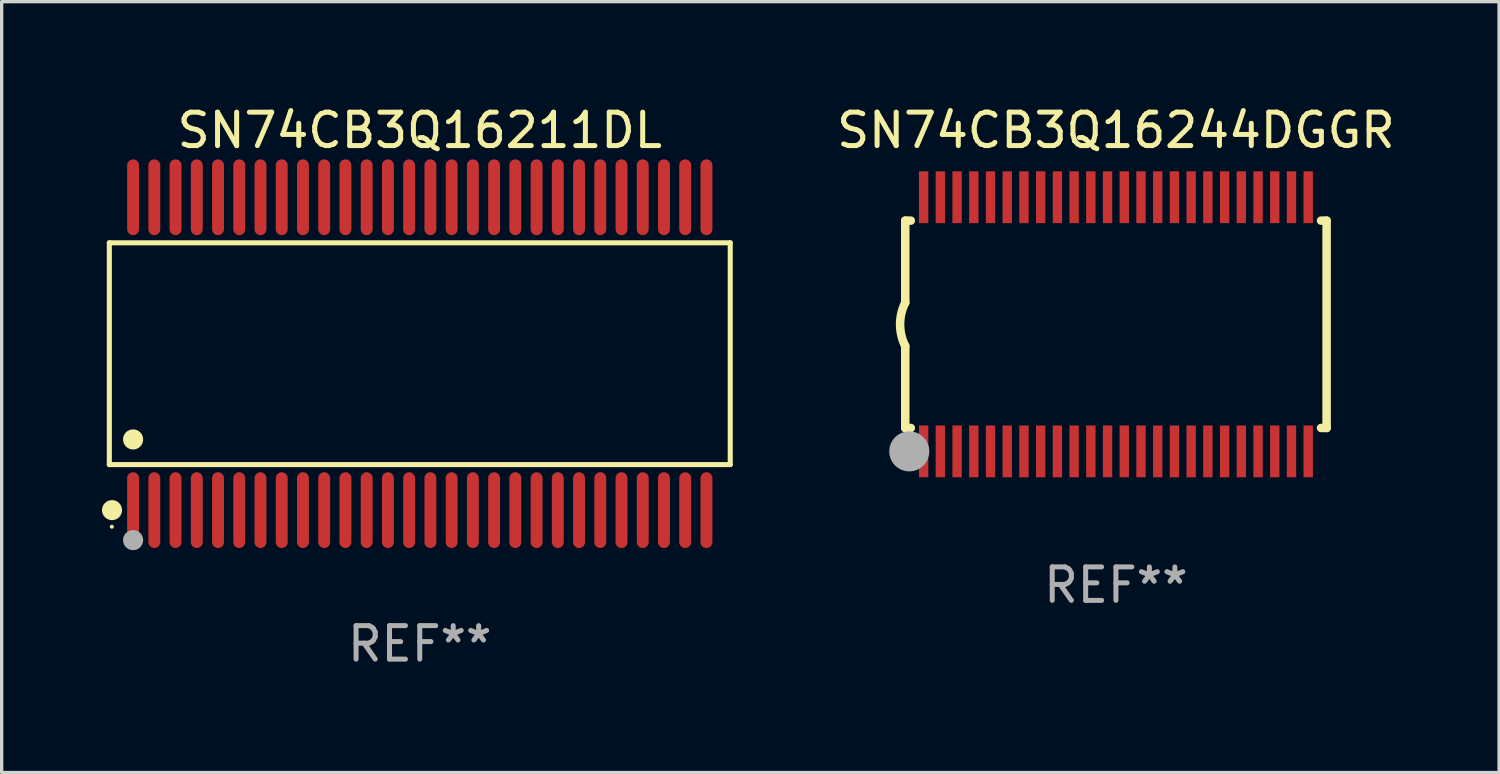
<source format=kicad_pcb>
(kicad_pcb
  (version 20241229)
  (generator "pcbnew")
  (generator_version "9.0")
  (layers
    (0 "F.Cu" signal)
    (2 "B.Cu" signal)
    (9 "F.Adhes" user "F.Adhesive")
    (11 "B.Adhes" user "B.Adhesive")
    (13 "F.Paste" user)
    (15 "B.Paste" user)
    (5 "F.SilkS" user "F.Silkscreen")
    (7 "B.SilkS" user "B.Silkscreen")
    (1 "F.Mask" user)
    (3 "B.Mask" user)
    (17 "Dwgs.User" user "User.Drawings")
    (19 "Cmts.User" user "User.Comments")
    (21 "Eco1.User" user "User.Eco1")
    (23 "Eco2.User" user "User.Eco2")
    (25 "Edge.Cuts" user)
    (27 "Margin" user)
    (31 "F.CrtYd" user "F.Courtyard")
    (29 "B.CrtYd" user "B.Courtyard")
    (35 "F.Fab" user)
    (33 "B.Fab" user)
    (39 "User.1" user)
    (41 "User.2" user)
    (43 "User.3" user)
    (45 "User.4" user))
  (footprint "SN74CB3Q16244DGGR"
    (layer "F.Cu")
    (at 30.321 6.648)
    (property "Reference" "SN74CB3Q16244DGGR" (at 0 -5.8 0) (layer "F.SilkS") (effects (font (size 1 1) (thickness 0.15))))
    (attr through_hole)
    (fp_line (start -6.3 -3.1) (end -6.3 -0.65) (stroke (width 0.254) (type solid)) (layer "F.SilkS"))
    (fp_line (start -6.3 -3.1) (end -6.134 -3.1) (stroke (width 0.254) (type solid)) (layer "F.SilkS"))
    (fp_line (start -6.3 3.1) (end -6.3 0.65) (stroke (width 0.254) (type solid)) (layer "F.SilkS"))
    (fp_line (start -6.3 3.1) (end -6.134 3.1) (stroke (width 0.254) (type solid)) (layer "F.SilkS"))
    (fp_line (start 6.134 -3.1) (end 6.3 -3.1) (stroke (width 0.254) (type solid)) (layer "F.SilkS"))
    (fp_line (start 6.134 3.1) (end 6.3 3.1) (stroke (width 0.254) (type solid)) (layer "F.SilkS"))
    (fp_line (start 6.3 -3.1) (end 6.3 3.1) (stroke (width 0.254) (type solid)) (layer "F.SilkS"))
    (fp_arc (start -6.301016 0.650114) (mid -6.45413 -0.000082) (end -6.3 -0.650038) (stroke (width 0.254001) (type solid)) (layer "F.SilkS"))
    (fp_circle (center -6.35 3.81) (end -6.223 3.81) (stroke (width 0.254) (type solid)) (fill no) (layer "F.SilkS"))
    (fp_circle (center -6.25 4.05) (end -6.22 4.05) (stroke (width 0.06) (type solid)) (fill no) (layer "F.SilkS"))
    (fp_circle (center -6.18 3.8) (end -5.88 3.8) (stroke (width 0.6) (type solid)) (fill no) (layer "F.Fab"))
    (fp_text user "REF**" (at 0 7.8 0) (layer "F.Fab") (effects (font (size 1 1) (thickness 0.15))))
    (pad "1" smd rect (at -5.75 3.8) (size 0.28 1.55) (layers "F.Cu" "F.Mask" "F.Paste"))
    (pad "2" smd rect (at -5.25 3.8) (size 0.28 1.55) (layers "F.Cu" "F.Mask" "F.Paste"))
    (pad "3" smd rect (at -4.75 3.8) (size 0.28 1.55) (layers "F.Cu" "F.Mask" "F.Paste"))
    (pad "4" smd rect (at -4.25 3.8) (size 0.28 1.55) (layers "F.Cu" "F.Mask" "F.Paste"))
    (pad "5" smd rect (at -3.75 3.8) (size 0.28 1.55) (layers "F.Cu" "F.Mask" "F.Paste"))
    (pad "6" smd rect (at -3.25 3.8) (size 0.28 1.55) (layers "F.Cu" "F.Mask" "F.Paste"))
    (pad "7" smd rect (at -2.75 3.8) (size 0.28 1.55) (layers "F.Cu" "F.Mask" "F.Paste"))
    (pad "8" smd rect (at -2.25 3.8) (size 0.28 1.55) (layers "F.Cu" "F.Mask" "F.Paste"))
    (pad "9" smd rect (at -1.75 3.8) (size 0.28 1.55) (layers "F.Cu" "F.Mask" "F.Paste"))
    (pad "10" smd rect (at -1.25 3.8) (size 0.28 1.55) (layers "F.Cu" "F.Mask" "F.Paste"))
    (pad "11" smd rect (at -0.75 3.8) (size 0.28 1.55) (layers "F.Cu" "F.Mask" "F.Paste"))
    (pad "12" smd rect (at -0.25 3.8) (size 0.28 1.55) (layers "F.Cu" "F.Mask" "F.Paste"))
    (pad "13" smd rect (at 0.25 3.8) (size 0.28 1.55) (layers "F.Cu" "F.Mask" "F.Paste"))
    (pad "14" smd rect (at 0.75 3.8) (size 0.28 1.55) (layers "F.Cu" "F.Mask" "F.Paste"))
    (pad "15" smd rect (at 1.25 3.8) (size 0.28 1.55) (layers "F.Cu" "F.Mask" "F.Paste"))
    (pad "16" smd rect (at 1.75 3.8) (size 0.28 1.55) (layers "F.Cu" "F.Mask" "F.Paste"))
    (pad "17" smd rect (at 2.25 3.8) (size 0.28 1.55) (layers "F.Cu" "F.Mask" "F.Paste"))
    (pad "18" smd rect (at 2.75 3.8) (size 0.28 1.55) (layers "F.Cu" "F.Mask" "F.Paste"))
    (pad "19" smd rect (at 3.25 3.8) (size 0.28 1.55) (layers "F.Cu" "F.Mask" "F.Paste"))
    (pad "20" smd rect (at 3.75 3.8) (size 0.28 1.55) (layers "F.Cu" "F.Mask" "F.Paste"))
    (pad "21" smd rect (at 4.25 3.8) (size 0.28 1.55) (layers "F.Cu" "F.Mask" "F.Paste"))
    (pad "22" smd rect (at 4.75 3.8) (size 0.28 1.55) (layers "F.Cu" "F.Mask" "F.Paste"))
    (pad "23" smd rect (at 5.25 3.8) (size 0.28 1.55) (layers "F.Cu" "F.Mask" "F.Paste"))
    (pad "24" smd rect (at 5.75 3.8) (size 0.28 1.55) (layers "F.Cu" "F.Mask" "F.Paste"))
    (pad "25" smd rect (at 5.75 -3.8) (size 0.28 1.55) (layers "F.Cu" "F.Mask" "F.Paste"))
    (pad "26" smd rect (at 5.25 -3.8) (size 0.28 1.55) (layers "F.Cu" "F.Mask" "F.Paste"))
    (pad "27" smd rect (at 4.75 -3.8) (size 0.28 1.55) (layers "F.Cu" "F.Mask" "F.Paste"))
    (pad "28" smd rect (at 4.25 -3.8) (size 0.28 1.55) (layers "F.Cu" "F.Mask" "F.Paste"))
    (pad "29" smd rect (at 3.75 -3.8) (size 0.28 1.55) (layers "F.Cu" "F.Mask" "F.Paste"))
    (pad "30" smd rect (at 3.25 -3.8) (size 0.28 1.55) (layers "F.Cu" "F.Mask" "F.Paste"))
    (pad "31" smd rect (at 2.75 -3.8) (size 0.28 1.55) (layers "F.Cu" "F.Mask" "F.Paste"))
    (pad "32" smd rect (at 2.25 -3.8) (size 0.28 1.55) (layers "F.Cu" "F.Mask" "F.Paste"))
    (pad "33" smd rect (at 1.75 -3.8) (size 0.28 1.55) (layers "F.Cu" "F.Mask" "F.Paste"))
    (pad "34" smd rect (at 1.25 -3.8) (size 0.28 1.55) (layers "F.Cu" "F.Mask" "F.Paste"))
    (pad "35" smd rect (at 0.75 -3.8) (size 0.28 1.55) (layers "F.Cu" "F.Mask" "F.Paste"))
    (pad "36" smd rect (at 0.25 -3.8) (size 0.28 1.55) (layers "F.Cu" "F.Mask" "F.Paste"))
    (pad "37" smd rect (at -0.25 -3.8) (size 0.28 1.55) (layers "F.Cu" "F.Mask" "F.Paste"))
    (pad "38" smd rect (at -0.75 -3.8) (size 0.28 1.55) (layers "F.Cu" "F.Mask" "F.Paste"))
    (pad "39" smd rect (at -1.25 -3.8) (size 0.28 1.55) (layers "F.Cu" "F.Mask" "F.Paste"))
    (pad "40" smd rect (at -1.75 -3.8) (size 0.28 1.55) (layers "F.Cu" "F.Mask" "F.Paste"))
    (pad "41" smd rect (at -2.25 -3.8) (size 0.28 1.55) (layers "F.Cu" "F.Mask" "F.Paste"))
    (pad "42" smd rect (at -2.75 -3.8) (size 0.28 1.55) (layers "F.Cu" "F.Mask" "F.Paste"))
    (pad "43" smd rect (at -3.25 -3.8) (size 0.28 1.55) (layers "F.Cu" "F.Mask" "F.Paste"))
    (pad "44" smd rect (at -3.75 -3.8) (size 0.28 1.55) (layers "F.Cu" "F.Mask" "F.Paste"))
    (pad "45" smd rect (at -4.25 -3.8) (size 0.28 1.55) (layers "F.Cu" "F.Mask" "F.Paste"))
    (pad "46" smd rect (at -4.75 -3.8) (size 0.28 1.55) (layers "F.Cu" "F.Mask" "F.Paste"))
    (pad "47" smd rect (at -5.25 -3.8) (size 0.28 1.55) (layers "F.Cu" "F.Mask" "F.Paste"))
    (pad "48" smd rect (at -5.75 -3.8) (size 0.28 1.55) (layers "F.Cu" "F.Mask" "F.Paste")))
  (footprint "SN74CB3Q16211DL"
    (layer "F.Cu")
    (at 9.503 7.527)
    (property "Reference" "SN74CB3Q16211DL" (at 0 -6.678 0) (layer "F.SilkS") (effects (font (size 1 1) (thickness 0.15))))
    (attr through_hole)
    (fp_line (start -9.284 -3.316) (end 9.284 -3.316) (stroke (width 0.152) (type solid)) (layer "F.SilkS"))
    (fp_line (start -9.284 3.316) (end -9.284 -3.316) (stroke (width 0.152) (type solid)) (layer "F.SilkS"))
    (fp_line (start 9.284 -3.316) (end 9.284 3.316) (stroke (width 0.152) (type solid)) (layer "F.SilkS"))
    (fp_line (start 9.284 3.316) (end -9.284 3.316) (stroke (width 0.152) (type solid)) (layer "F.SilkS"))
    (fp_circle (center -9.208 5.175) (end -9.178 5.175) (stroke (width 0.06) (type solid)) (fill no) (layer "F.SilkS"))
    (fp_circle (center -9.203 4.678) (end -9.053 4.678) (stroke (width 0.3) (type solid)) (fill no) (layer "F.SilkS"))
    (fp_circle (center -8.573 2.564) (end -8.422 2.564) (stroke (width 0.3) (type solid)) (fill no) (layer "F.SilkS"))
    (fp_circle (center -8.573 5.575) (end -8.422 5.575) (stroke (width 0.3) (type solid)) (fill no) (layer "F.Fab"))
    (fp_text user "REF**" (at 0 8.678 0) (layer "F.Fab") (effects (font (size 1 1) (thickness 0.15))))
    (pad "1" smd oval (at -8.573 4.678) (size 0.356 2.267) (layers "F.Cu" "F.Mask" "F.Paste"))
    (pad "2" smd oval (at -7.938 4.678) (size 0.356 2.267) (layers "F.Cu" "F.Mask" "F.Paste"))
    (pad "3" smd oval (at -7.303 4.678) (size 0.356 2.267) (layers "F.Cu" "F.Mask" "F.Paste"))
    (pad "4" smd oval (at -6.668 4.678) (size 0.356 2.267) (layers "F.Cu" "F.Mask" "F.Paste"))
    (pad "5" smd oval (at -6.033 4.678) (size 0.356 2.267) (layers "F.Cu" "F.Mask" "F.Paste"))
    (pad "6" smd oval (at -5.398 4.678) (size 0.356 2.267) (layers "F.Cu" "F.Mask" "F.Paste"))
    (pad "7" smd oval (at -4.763 4.678) (size 0.356 2.267) (layers "F.Cu" "F.Mask" "F.Paste"))
    (pad "8" smd oval (at -4.128 4.678) (size 0.356 2.267) (layers "F.Cu" "F.Mask" "F.Paste"))
    (pad "9" smd oval (at -3.493 4.678) (size 0.356 2.267) (layers "F.Cu" "F.Mask" "F.Paste"))
    (pad "10" smd oval (at -2.858 4.678) (size 0.356 2.267) (layers "F.Cu" "F.Mask" "F.Paste"))
    (pad "11" smd oval (at -2.223 4.678) (size 0.356 2.267) (layers "F.Cu" "F.Mask" "F.Paste"))
    (pad "12" smd oval (at -1.588 4.678) (size 0.356 2.267) (layers "F.Cu" "F.Mask" "F.Paste"))
    (pad "13" smd oval (at -0.953 4.678) (size 0.356 2.267) (layers "F.Cu" "F.Mask" "F.Paste"))
    (pad "14" smd oval (at -0.318 4.678) (size 0.356 2.267) (layers "F.Cu" "F.Mask" "F.Paste"))
    (pad "15" smd oval (at 0.318 4.678) (size 0.356 2.267) (layers "F.Cu" "F.Mask" "F.Paste"))
    (pad "16" smd oval (at 0.953 4.678) (size 0.356 2.267) (layers "F.Cu" "F.Mask" "F.Paste"))
    (pad "17" smd oval (at 1.588 4.678) (size 0.356 2.267) (layers "F.Cu" "F.Mask" "F.Paste"))
    (pad "18" smd oval (at 2.223 4.678) (size 0.356 2.267) (layers "F.Cu" "F.Mask" "F.Paste"))
    (pad "19" smd oval (at 2.858 4.678) (size 0.356 2.267) (layers "F.Cu" "F.Mask" "F.Paste"))
    (pad "20" smd oval (at 3.493 4.678) (size 0.356 2.267) (layers "F.Cu" "F.Mask" "F.Paste"))
    (pad "21" smd oval (at 4.128 4.678) (size 0.356 2.267) (layers "F.Cu" "F.Mask" "F.Paste"))
    (pad "22" smd oval (at 4.763 4.678) (size 0.356 2.267) (layers "F.Cu" "F.Mask" "F.Paste"))
    (pad "23" smd oval (at 5.398 4.678) (size 0.356 2.267) (layers "F.Cu" "F.Mask" "F.Paste"))
    (pad "24" smd oval (at 6.033 4.678) (size 0.356 2.267) (layers "F.Cu" "F.Mask" "F.Paste"))
    (pad "25" smd oval (at 6.668 4.678) (size 0.356 2.267) (layers "F.Cu" "F.Mask" "F.Paste"))
    (pad "26" smd oval (at 7.303 4.678) (size 0.356 2.267) (layers "F.Cu" "F.Mask" "F.Paste"))
    (pad "27" smd oval (at 7.938 4.678) (size 0.356 2.267) (layers "F.Cu" "F.Mask" "F.Paste"))
    (pad "28" smd oval (at 8.573 4.678) (size 0.356 2.267) (layers "F.Cu" "F.Mask" "F.Paste"))
    (pad "29" smd oval (at 8.573 -4.678) (size 0.356 2.267) (layers "F.Cu" "F.Mask" "F.Paste"))
    (pad "30" smd oval (at 7.938 -4.678) (size 0.356 2.267) (layers "F.Cu" "F.Mask" "F.Paste"))
    (pad "31" smd oval (at 7.303 -4.678) (size 0.356 2.267) (layers "F.Cu" "F.Mask" "F.Paste"))
    (pad "32" smd oval (at 6.668 -4.678) (size 0.356 2.267) (layers "F.Cu" "F.Mask" "F.Paste"))
    (pad "33" smd oval (at 6.033 -4.678) (size 0.356 2.267) (layers "F.Cu" "F.Mask" "F.Paste"))
    (pad "34" smd oval (at 5.398 -4.678) (size 0.356 2.267) (layers "F.Cu" "F.Mask" "F.Paste"))
    (pad "35" smd oval (at 4.763 -4.678) (size 0.356 2.267) (layers "F.Cu" "F.Mask" "F.Paste"))
    (pad "36" smd oval (at 4.128 -4.678) (size 0.356 2.267) (layers "F.Cu" "F.Mask" "F.Paste"))
    (pad "37" smd oval (at 3.493 -4.678) (size 0.356 2.267) (layers "F.Cu" "F.Mask" "F.Paste"))
    (pad "38" smd oval (at 2.858 -4.678) (size 0.356 2.267) (layers "F.Cu" "F.Mask" "F.Paste"))
    (pad "39" smd oval (at 2.223 -4.678) (size 0.356 2.267) (layers "F.Cu" "F.Mask" "F.Paste"))
    (pad "40" smd oval (at 1.588 -4.678) (size 0.356 2.267) (layers "F.Cu" "F.Mask" "F.Paste"))
    (pad "41" smd oval (at 0.953 -4.678) (size 0.356 2.267) (layers "F.Cu" "F.Mask" "F.Paste"))
    (pad "42" smd oval (at 0.318 -4.678) (size 0.356 2.267) (layers "F.Cu" "F.Mask" "F.Paste"))
    (pad "43" smd oval (at -0.318 -4.678) (size 0.356 2.267) (layers "F.Cu" "F.Mask" "F.Paste"))
    (pad "44" smd oval (at -0.953 -4.678) (size 0.356 2.267) (layers "F.Cu" "F.Mask" "F.Paste"))
    (pad "45" smd oval (at -1.588 -4.678) (size 0.356 2.267) (layers "F.Cu" "F.Mask" "F.Paste"))
    (pad "46" smd oval (at -2.223 -4.678) (size 0.356 2.267) (layers "F.Cu" "F.Mask" "F.Paste"))
    (pad "47" smd oval (at -2.858 -4.678) (size 0.356 2.267) (layers "F.Cu" "F.Mask" "F.Paste"))
    (pad "48" smd oval (at -3.493 -4.678) (size 0.356 2.267) (layers "F.Cu" "F.Mask" "F.Paste"))
    (pad "49" smd oval (at -4.128 -4.678) (size 0.356 2.267) (layers "F.Cu" "F.Mask" "F.Paste"))
    (pad "50" smd oval (at -4.763 -4.678) (size 0.356 2.267) (layers "F.Cu" "F.Mask" "F.Paste"))
    (pad "51" smd oval (at -5.398 -4.678) (size 0.356 2.267) (layers "F.Cu" "F.Mask" "F.Paste"))
    (pad "52" smd oval (at -6.033 -4.678) (size 0.356 2.267) (layers "F.Cu" "F.Mask" "F.Paste"))
    (pad "53" smd oval (at -6.668 -4.678) (size 0.356 2.267) (layers "F.Cu" "F.Mask" "F.Paste"))
    (pad "54" smd oval (at -7.303 -4.678) (size 0.356 2.267) (layers "F.Cu" "F.Mask" "F.Paste"))
    (pad "55" smd oval (at -7.938 -4.678) (size 0.356 2.267) (layers "F.Cu" "F.Mask" "F.Paste"))
    (pad "56" smd oval (at -8.573 -4.678) (size 0.356 2.267) (layers "F.Cu" "F.Mask" "F.Paste")))
  (gr_rect
    (start -3 -3)
    (end 41.779 20.053)
    (stroke (width 0.1) (type default))
    (fill no)
    (layer "Edge.Cuts")))
</source>
